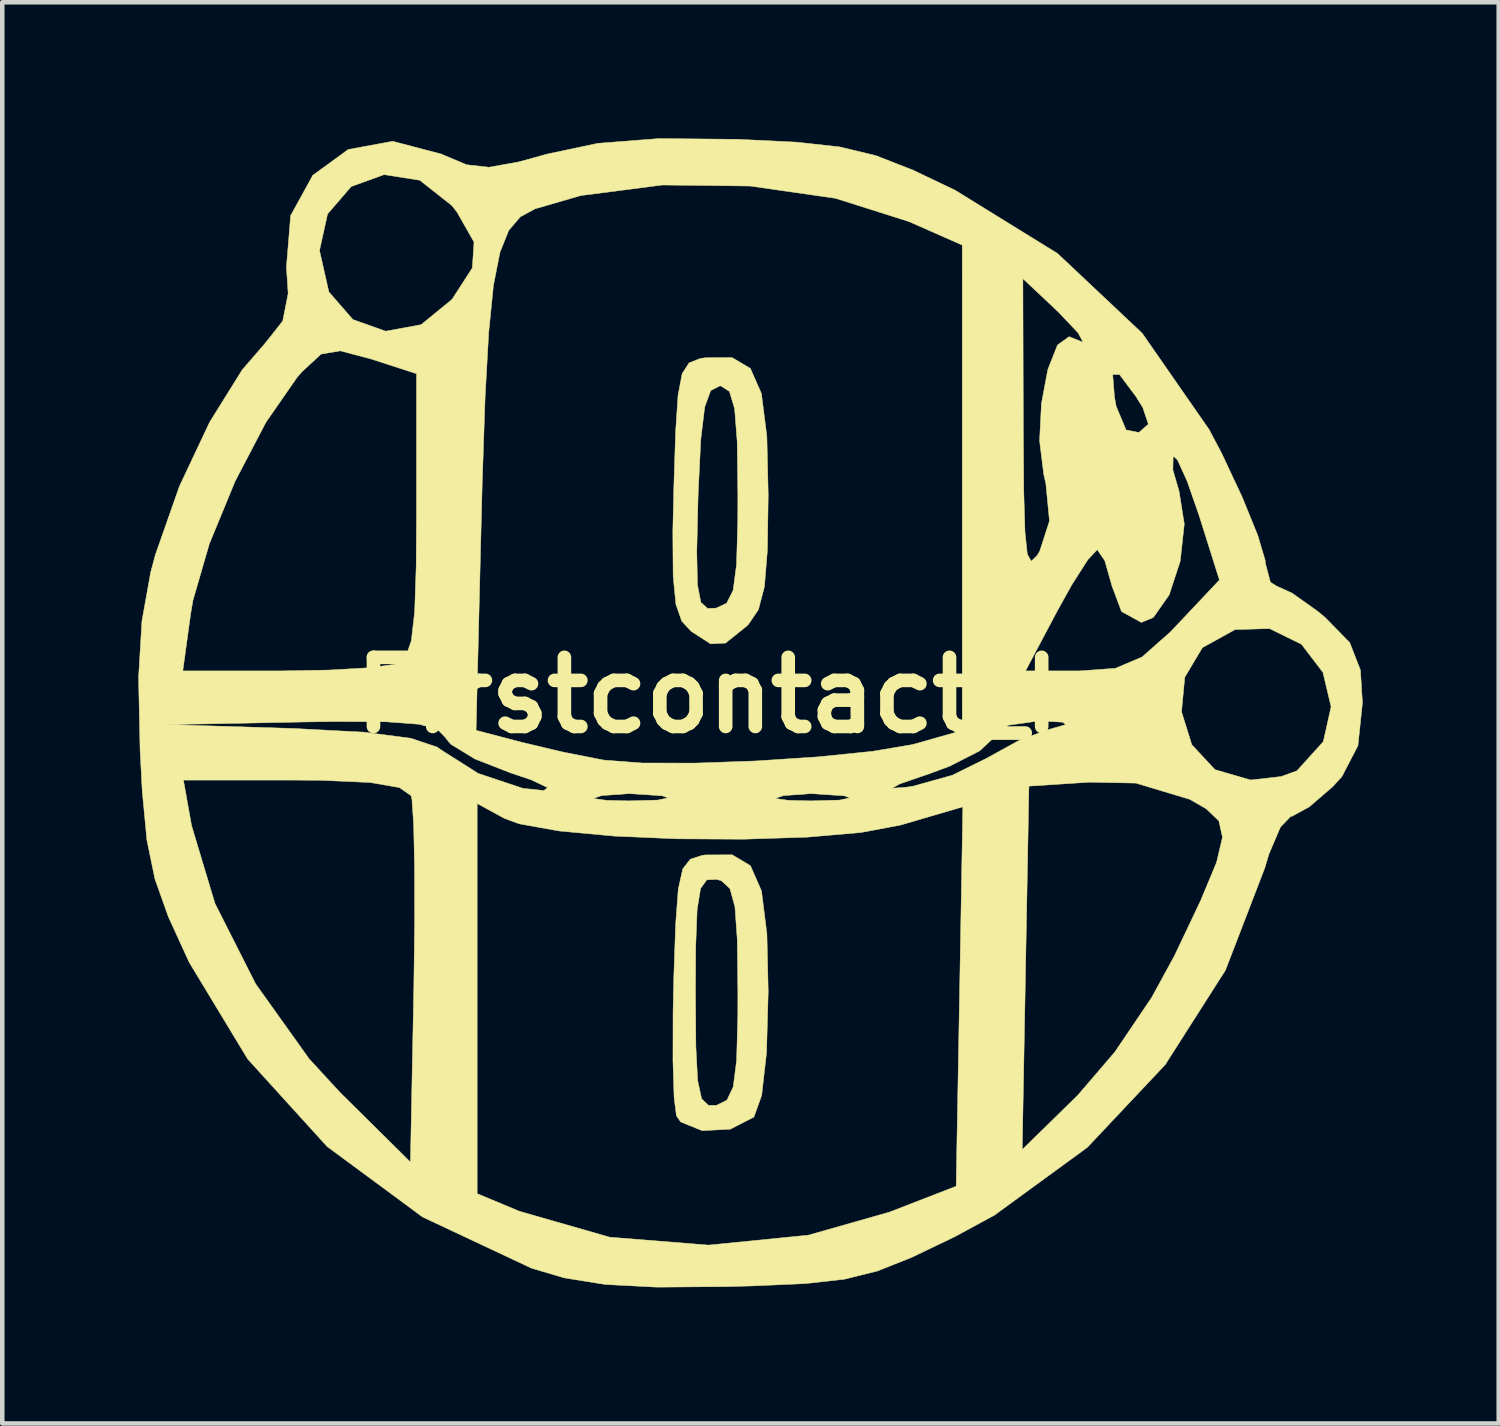
<source format=kicad_pcb>
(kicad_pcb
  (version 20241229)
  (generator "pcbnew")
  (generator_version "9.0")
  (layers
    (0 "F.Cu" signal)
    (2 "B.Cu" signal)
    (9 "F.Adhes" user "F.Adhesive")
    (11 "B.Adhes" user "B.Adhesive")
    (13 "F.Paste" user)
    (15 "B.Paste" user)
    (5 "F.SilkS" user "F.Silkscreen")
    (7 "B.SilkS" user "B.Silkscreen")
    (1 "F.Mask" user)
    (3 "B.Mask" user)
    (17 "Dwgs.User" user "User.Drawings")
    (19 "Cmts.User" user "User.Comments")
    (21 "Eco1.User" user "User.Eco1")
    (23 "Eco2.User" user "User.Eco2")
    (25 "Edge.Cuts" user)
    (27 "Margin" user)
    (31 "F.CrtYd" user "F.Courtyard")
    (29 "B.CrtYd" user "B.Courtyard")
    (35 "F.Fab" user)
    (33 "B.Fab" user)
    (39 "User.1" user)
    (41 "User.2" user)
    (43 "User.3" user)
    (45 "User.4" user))
  (footprint "Firstcontact_I"
    (layer "F.Cu")
    (at 12.55 12.277)
    (property "Reference" "Firstcontact_I" (at 0 0 0) (layer "F.SilkS") (effects (font (size 1.524 1.524) (thickness 0.3))))
    (attr through_hole)
    (fp_poly (pts (xy 0.945 3.759) (xy 1.189 4.315) (xy 1.308 5.261) (xy 1.337 6.53) (xy 1.3 7.88) (xy 1.193 8.823) (xy 1.023 9.297) (xy 1.016 9.304) (xy 0.501 9.568) (xy -0.118 9.601) (xy -0.594 9.408) (xy -0.687 9.272) (xy -0.738 8.866) (xy -0.763 8.06) (xy -0.761 6.988) (xy -0.752 6.551) (xy -0.267 6.551) (xy -0.258 7.743) (xy -0.219 8.494) (xy -0.132 8.897) (xy 0.02 9.044) (xy 0.201 9.04) (xy 0.426 8.929) (xy 0.566 8.635) (xy 0.64 8.055) (xy 0.667 7.086) (xy 0.668 6.551) (xy 0.655 5.391) (xy 0.603 4.664) (xy 0.493 4.265) (xy 0.305 4.091) (xy 0.201 4.061) (xy -0.016 4.07) (xy -0.154 4.26) (xy -0.23 4.724) (xy -0.262 5.555) (xy -0.267 6.551) (xy -0.752 6.551) (xy -0.746 6.264) (xy -0.704 5.053) (xy -0.646 4.275) (xy -0.547 3.83) (xy -0.381 3.616) (xy -0.123 3.533) (xy -0.052 3.522) (xy 0.543 3.519) (xy 0.945 3.759)) (stroke (width 0.01) (type solid)) (fill yes) (layer "F.SilkS"))
    (fp_poly (pts (xy 0.943 -7.205) (xy 1.187 -6.652) (xy 1.307 -5.709) (xy 1.337 -4.42) (xy 1.319 -3.198) (xy 1.254 -2.393) (xy 1.121 -1.886) (xy 0.9 -1.561) (xy 0.848 -1.512) (xy 0.396 -1.149) (xy 0.067 -1.132) (xy -0.36 -1.407) (xy -0.569 -1.632) (xy -0.698 -2.003) (xy -0.759 -2.627) (xy -0.763 -3.157) (xy -0.238 -3.157) (xy -0.223 -2.43) (xy -0.148 -2.046) (xy 0.002 -1.912) (xy 0.19 -1.92) (xy 0.42 -2.028) (xy 0.563 -2.31) (xy 0.638 -2.872) (xy 0.666 -3.816) (xy 0.668 -4.415) (xy 0.653 -5.588) (xy 0.596 -6.318) (xy 0.482 -6.697) (xy 0.296 -6.817) (xy 0.267 -6.818) (xy 0.07 -6.717) (xy -0.063 -6.355) (xy -0.149 -5.646) (xy -0.205 -4.5) (xy -0.211 -4.323) (xy -0.238 -3.157) (xy -0.763 -3.157) (xy -0.766 -3.608) (xy -0.745 -4.549) (xy -0.705 -5.8) (xy -0.651 -6.614) (xy -0.56 -7.09) (xy -0.408 -7.326) (xy -0.172 -7.42) (xy -0.052 -7.44) (xy 0.542 -7.443) (xy 0.943 -7.205)) (stroke (width 0.01) (type solid)) (fill yes) (layer "F.SilkS"))
    (fp_poly (pts (xy 0.647 -12.256) (xy 0.661 -12.256) (xy 1.962 -12.193) (xy 2.915 -12.088) (xy 3.706 -11.898) (xy 4.521 -11.58) (xy 5.456 -11.134) (xy 7.715 -9.739) (xy 9.582 -7.98) (xy 11.058 -5.856) (xy 11.332 -5.337) (xy 11.788 -4.365) (xy 12.129 -3.527) (xy 12.293 -2.975) (xy 12.299 -2.905) (xy 12.409 -2.49) (xy 12.546 -2.406) (xy 12.891 -2.248) (xy 13.446 -1.853) (xy 13.615 -1.714) (xy 14.157 -1.16) (xy 14.393 -0.557) (xy 14.438 0.17) (xy 14.339 1.113) (xy 13.986 1.793) (xy 13.782 2.017) (xy 13.267 2.461) (xy 12.883 2.671) (xy 12.856 2.674) (xy 12.631 2.907) (xy 12.379 3.496) (xy 12.285 3.81) (xy 11.417 6.065) (xy 10.09 8.146) (xy 8.371 9.971) (xy 6.328 11.462) (xy 5.446 11.941) (xy 4.497 12.396) (xy 3.743 12.696) (xy 3.017 12.876) (xy 2.155 12.973) (xy 0.988 13.024) (xy 0.415 13.039) (xy -1.113 13.051) (xy -2.256 12.992) (xy -3.158 12.847) (xy -3.88 12.634) (xy -6.284 11.504) (xy -6.981 10.989) (xy -5.08 10.989) (xy -4.149 11.378) (xy -2.16 11.949) (xy 0.021 12.124) (xy 2.221 11.905) (xy 4.011 11.396) (xy 5.481 10.826) (xy 5.495 10.019) (xy 6.937 10.019) (xy 8.163 8.819) (xy 8.979 7.867) (xy 9.79 6.667) (xy 10.292 5.748) (xy 10.872 4.526) (xy 11.222 3.685) (xy 11.352 3.132) (xy 11.272 2.77) (xy 10.991 2.503) (xy 10.632 2.296) (xy 9.441 1.938) (xy 8.422 1.918) (xy 7.085 2.005) (xy 7.011 6.012) (xy 6.937 10.019) (xy 5.495 10.019) (xy 5.555 6.644) (xy 5.628 2.461) (xy 4.249 2.865) (xy 3.386 3.027) (xy 2.192 3.13) (xy 0.798 3.175) (xy -0.664 3.167) (xy -2.065 3.106) (xy -3.272 2.994) (xy -4.157 2.835) (xy -4.478 2.717) (xy -5.08 2.388) (xy -5.08 10.989) (xy -6.981 10.989) (xy -8.388 9.951) (xy -10.14 8.021) (xy -11.428 5.891) (xy -11.887 4.888) (xy -12.184 4.054) (xy -12.361 3.197) (xy -12.463 2.125) (xy -12.477 1.872) (xy -11.556 1.872) (xy -11.377 2.874) (xy -10.861 4.591) (xy -9.964 6.365) (xy -8.785 8.017) (xy -8.099 8.763) (xy -6.551 10.294) (xy -6.476 6.429) (xy -6.458 5.025) (xy -6.46 3.799) (xy -6.48 2.857) (xy -6.517 2.303) (xy -6.522 2.276) (xy -2.521 2.276) (xy -2.232 2.318) (xy -1.738 2.33) (xy -1.104 2.313) (xy -0.923 2.276) (xy 1.489 2.276) (xy 1.778 2.318) (xy 2.273 2.33) (xy 2.907 2.313) (xy 3.138 2.265) (xy 3.012 2.218) (xy 2.278 2.17) (xy 1.675 2.214) (xy 1.489 2.276) (xy -0.923 2.276) (xy -0.872 2.265) (xy -0.999 2.218) (xy -1.732 2.17) (xy -2.336 2.214) (xy -2.521 2.276) (xy -6.522 2.276) (xy -6.534 2.218) (xy -6.792 2.037) (xy -7.437 1.925) (xy -8.529 1.876) (xy -9.112 1.872) (xy -11.556 1.872) (xy -12.477 1.872) (xy -12.512 1.193) (xy -12.523 0.648) (xy -11.898 0.648) (xy -9.101 0.735) (xy -7.573 0.816) (xy -6.54 0.95) (xy -5.962 1.144) (xy -5.887 1.199) (xy -5.058 1.724) (xy -4.074 2.053) (xy -3.609 2.103) (xy -3.546 2.052) (xy 4.068 2.052) (xy 4.377 2.029) (xy 4.531 2.006) (xy 5.395 1.765) (xy 6.135 1.4) (xy 6.87 0.996) (xy 7.486 0.767) (xy 7.894 0.65) (xy 7.829 0.595) (xy 7.314 0.566) (xy 6.626 0.663) (xy 6.325 0.924) (xy 6 1.227) (xy 5.338 1.565) (xy 4.892 1.731) (xy 4.233 1.957) (xy 4.068 2.052) (xy -3.546 2.052) (xy -3.528 2.037) (xy -3.883 1.868) (xy -4.358 1.707) (xy -5.13 1.406) (xy -5.664 1.079) (xy -5.79 0.924) (xy -5.933 0.775) (xy -5.104 0.775) (xy -4.089 1.04) (xy -3.182 1.255) (xy -2.335 1.422) (xy -2.273 1.432) (xy -1.446 1.495) (xy -0.271 1.497) (xy 1.083 1.449) (xy 2.443 1.359) (xy 3.641 1.237) (xy 4.505 1.091) (xy 4.612 1.063) (xy 5.615 0.777) (xy 5.615 0.365) (xy 10.449 0.365) (xy 10.676 1.092) (xy 11.186 1.641) (xy 11.962 1.867) (xy 12.006 1.867) (xy 12.647 1.793) (xy 12.994 1.667) (xy 13.575 1.024) (xy 13.747 0.256) (xy 13.567 -0.503) (xy 13.095 -1.122) (xy 12.389 -1.469) (xy 11.629 -1.446) (xy 10.909 -1.048) (xy 10.521 -0.396) (xy 10.449 0.365) (xy 5.615 0.365) (xy 5.615 -0.535) (xy 7.01 -0.535) (xy 8.202 -0.535) (xy 8.993 -0.593) (xy 9.581 -0.843) (xy 10.203 -1.394) (xy 10.339 -1.537) (xy 11.285 -2.54) (xy 10.835 -3.967) (xy 10.573 -4.72) (xy 10.359 -5.189) (xy 10.265 -5.274) (xy 10.259 -4.965) (xy 10.395 -4.496) (xy 10.51 -3.775) (xy 10.421 -2.956) (xy 10.177 -2.211) (xy 9.828 -1.714) (xy 9.563 -1.604) (xy 9.126 -1.846) (xy 8.917 -2.406) (xy 8.757 -2.967) (xy 8.593 -3.206) (xy 8.589 -3.206) (xy 8.384 -2.988) (xy 8.027 -2.428) (xy 7.716 -1.869) (xy 7.01 -0.535) (xy 5.615 -0.535) (xy 5.615 -9.184) (xy 6.952 -9.184) (xy 6.961 -5.862) (xy 6.971 -4.495) (xy 6.998 -3.598) (xy 7.05 -3.106) (xy 7.136 -2.954) (xy 7.265 -3.078) (xy 7.324 -3.178) (xy 7.538 -3.841) (xy 7.457 -4.675) (xy 7.412 -4.867) (xy 7.32 -5.61) (xy 7.361 -6.43) (xy 7.481 -7.07) (xy 8.932 -7.07) (xy 8.971 -6.574) (xy 9.008 -6.369) (xy 9.227 -5.848) (xy 9.509 -5.792) (xy 9.718 -5.975) (xy 9.595 -6.343) (xy 9.445 -6.584) (xy 9.083 -7.069) (xy 8.932 -7.07) (xy 7.481 -7.07) (xy 7.502 -7.181) (xy 7.715 -7.721) (xy 7.971 -7.904) (xy 8.034 -7.879) (xy 8.28 -7.781) (xy 8.168 -7.99) (xy 7.732 -8.45) (xy 7.62 -8.556) (xy 6.952 -9.184) (xy 5.615 -9.184) (xy 5.615 -9.923) (xy 4.44 -10.442) (xy 2.819 -10.955) (xy 0.941 -11.225) (xy -0.997 -11.248) (xy -2.798 -11.015) (xy -3.803 -10.723) (xy -4.129 -10.546) (xy -4.383 -10.248) (xy -4.577 -9.766) (xy -4.721 -9.035) (xy -4.826 -7.988) (xy -4.905 -6.563) (xy -4.968 -4.693) (xy -4.99 -3.823) (xy -5.104 0.775) (xy -5.933 0.775) (xy -5.958 0.75) (xy -6.358 0.641) (xy -7.078 0.587) (xy -8.203 0.58) (xy -8.919 0.591) (xy -11.898 0.648) (xy -12.523 0.648) (xy -12.545 -0.394) (xy -12.536 -0.535) (xy -11.57 -0.535) (xy -9.416 -0.535) (xy -8.348 -0.554) (xy -7.457 -0.605) (xy -6.902 -0.679) (xy -6.84 -0.697) (xy -6.654 -0.85) (xy -6.531 -1.201) (xy -6.458 -1.837) (xy -6.424 -2.849) (xy -6.417 -3.974) (xy -6.417 -7.088) (xy -7.419 -7.412) (xy -8.096 -7.592) (xy -8.521 -7.52) (xy -8.939 -7.135) (xy -9.048 -7.01) (xy -9.736 -6.018) (xy -10.415 -4.72) (xy -10.985 -3.336) (xy -11.347 -2.087) (xy -11.396 -1.799) (xy -11.57 -0.535) (xy -12.536 -0.535) (xy -12.471 -1.634) (xy -12.278 -2.709) (xy -12.175 -3.094) (xy -11.644 -4.606) (xy -10.979 -6.018) (xy -10.26 -7.173) (xy -9.758 -7.754) (xy -9.367 -8.248) (xy -9.247 -8.856) (xy -9.285 -9.439) (xy -9.255 -9.805) (xy -8.556 -9.805) (xy -8.35 -8.892) (xy -7.82 -8.282) (xy -7.097 -8.025) (xy -6.315 -8.169) (xy -5.634 -8.726) (xy -5.186 -9.421) (xy -5.149 -9.99) (xy -5.522 -10.647) (xy -5.634 -10.792) (xy -6.344 -11.353) (xy -7.132 -11.477) (xy -7.857 -11.214) (xy -8.378 -10.61) (xy -8.556 -9.805) (xy -9.255 -9.805) (xy -9.192 -10.574) (xy -8.704 -11.462) (xy -7.921 -12.032) (xy -6.941 -12.212) (xy -5.864 -11.929) (xy -5.849 -11.921) (xy -5.313 -11.695) (xy -4.819 -11.64) (xy -4.161 -11.758) (xy -3.539 -11.93) (xy -2.42 -12.167) (xy -1.073 -12.272) (xy 0.647 -12.256)) (stroke (width 0.01) (type solid)) (fill yes) (layer "F.SilkS")))
  (gr_rect
    (start -3 -3)
    (end 29.993 28.333)
    (stroke (width 0.1) (type default))
    (fill no)
    (layer "Edge.Cuts")))
</source>
